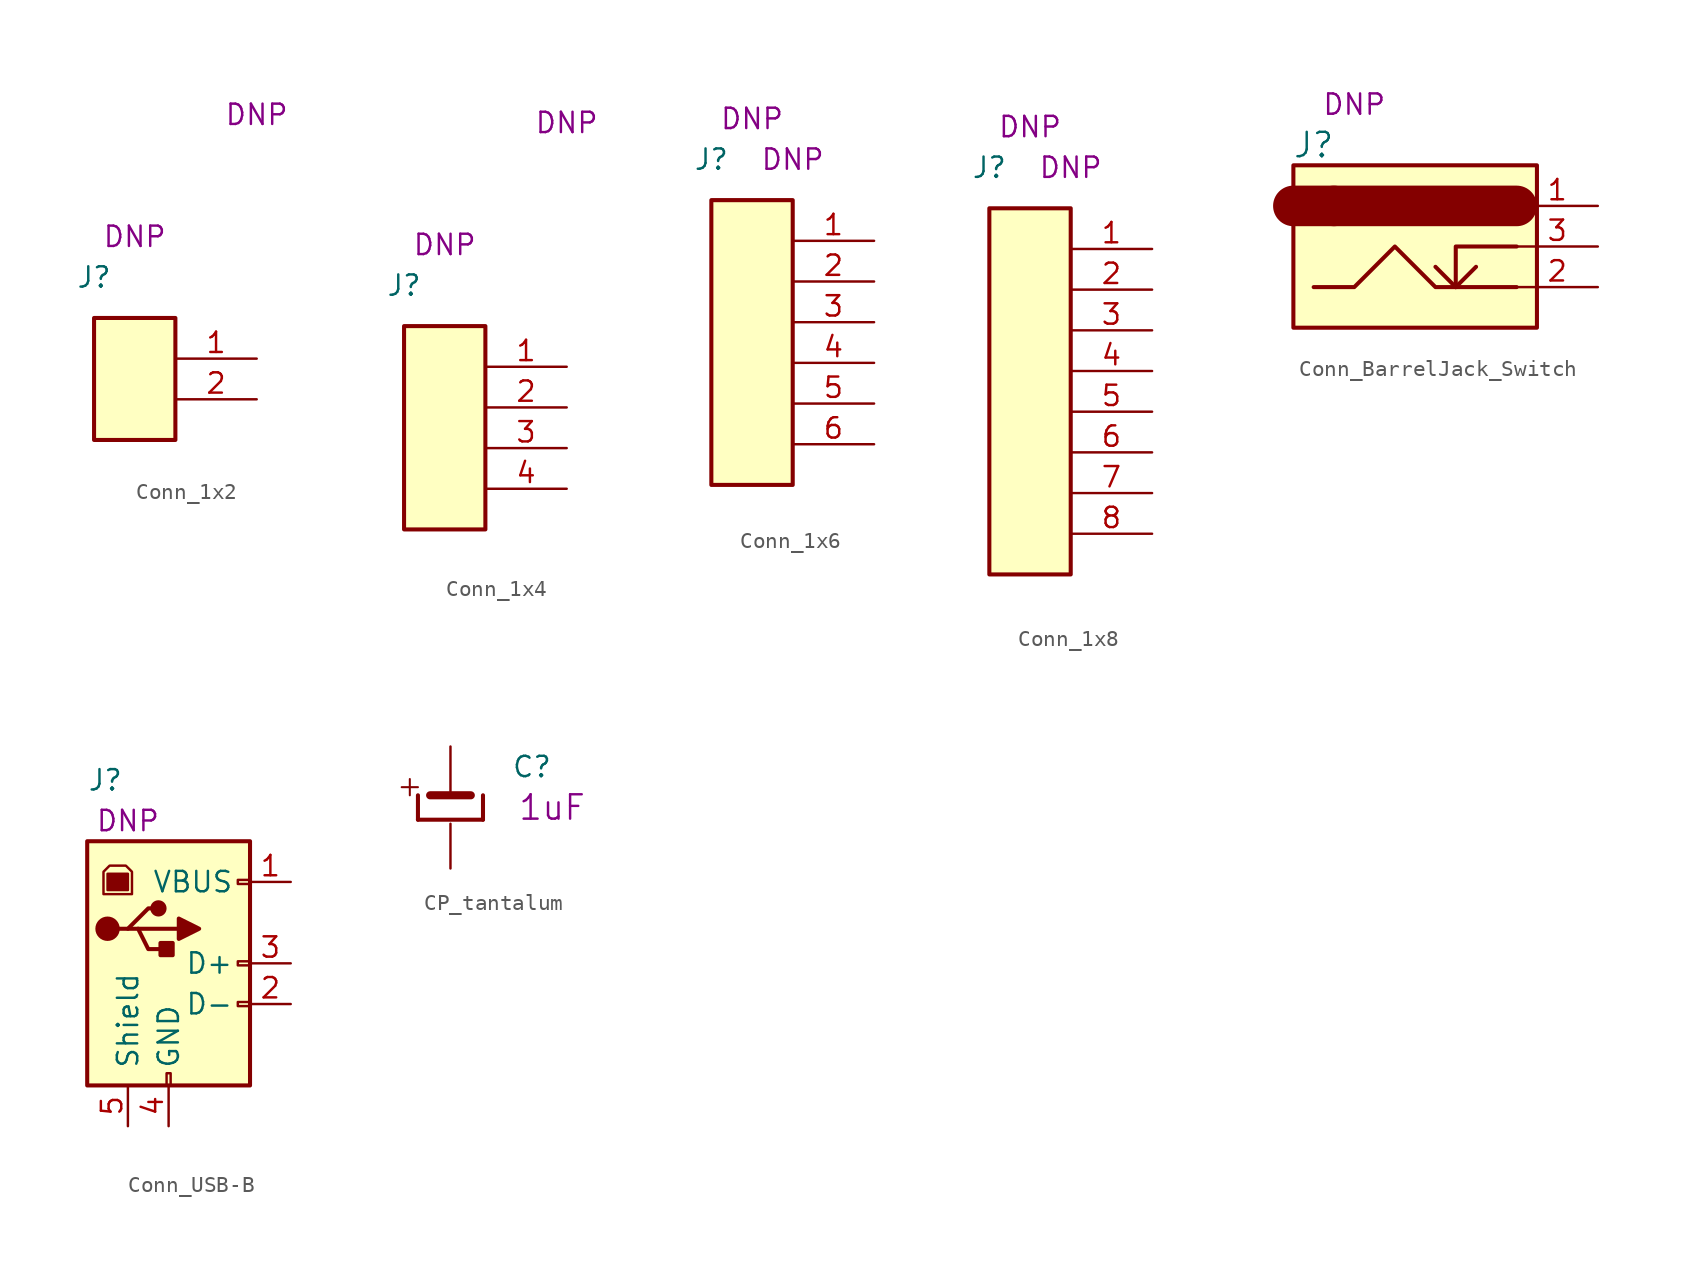
<source format=kicad_sym>
(kicad_symbol_lib
  (version 20211014)
  (generator kicad_symbol_editor)
  (symbol "Conn_1x2"
    (property "Reference" "J"
      (at -2.54 7.62 0)
      (effects (font (size 1.27 1.27))))
    (property "MPN" "DNP"
      (at 0 10.16 0)
      (effects (font (size 1.27 1.27))))
    (property "Manufacturer" "DNP"
      (at 7.62 17.78 0)
      (effects (font (size 1.27 1.27))))
    (symbol "Conn_1x2_0_1"
      (rectangle (start 2.54 5.08) (end -2.54 -2.54) (stroke (width 0.254) (type default) (color 0 0 0 0)) (fill (type background))))
    (symbol "Conn_1x2_1_1"
      (pin bidirectional line (at 7.62 2.54 180) (length 5.08) (name "~" (effects (font (size 1.27 1.27)))) (number "1" (effects (font (size 1.27 1.27)))))
      (pin bidirectional line (at 7.62 0 180) (length 5.08) (name "~" (effects (font (size 1.27 1.27)))) (number "2" (effects (font (size 1.27 1.27)))))))
  (symbol "Conn_1x4"
    (property "Reference" "J"
      (at -2.54 7.62 0)
      (effects (font (size 1.27 1.27))))
    (property "MPN" "DNP"
      (at 0 10.16 0)
      (effects (font (size 1.27 1.27))))
    (property "Manufacturer" "DNP"
      (at 7.62 17.78 0)
      (effects (font (size 1.27 1.27))))
    (symbol "Conn_1x4_0_1"
      (rectangle (start 2.54 5.08) (end -2.54 -7.62) (stroke (width 0.254) (type default) (color 0 0 0 0)) (fill (type background))))
    (symbol "Conn_1x4_1_1"
      (pin bidirectional line (at 7.62 2.54 180) (length 5.08) (name "~" (effects (font (size 1.27 1.27)))) (number "1" (effects (font (size 1.27 1.27)))))
      (pin bidirectional line (at 7.62 0 180) (length 5.08) (name "~" (effects (font (size 1.27 1.27)))) (number "2" (effects (font (size 1.27 1.27)))))
      (pin bidirectional line (at 7.62 -2.54 180) (length 5.08) (name "~" (effects (font (size 1.27 1.27)))) (number "3" (effects (font (size 1.27 1.27)))))
      (pin bidirectional line (at 7.62 -5.08 180) (length 5.08) (name "~" (effects (font (size 1.27 1.27)))) (number "4" (effects (font (size 1.27 1.27)))))))
  (symbol "Conn_1x6"
    (property "Reference" "J"
      (at -2.54 12.7 0)
      (effects (font (size 1.27 1.27))))
    (property "Manufacturer" "DNP"
      (at 0 15.24 0)
      (effects (font (size 1.27 1.27))))
    (property "MPN" "DNP"
      (at 2.54 12.7 0)
      (effects (font (size 1.27 1.27))))
    (symbol "Conn_1x6_0_1"
      (rectangle (start 2.54 10.16) (end -2.54 -7.62) (stroke (width 0.254) (type default) (color 0 0 0 0)) (fill (type background))))
    (symbol "Conn_1x6_1_1"
      (pin input line (at 7.62 7.62 180) (length 5.08) (name "~" (effects (font (size 1.27 1.27)))) (number "1" (effects (font (size 1.27 1.27)))))
      (pin input line (at 7.62 5.08 180) (length 5.08) (name "~" (effects (font (size 1.27 1.27)))) (number "2" (effects (font (size 1.27 1.27)))))
      (pin input line (at 7.62 2.54 180) (length 5.08) (name "~" (effects (font (size 1.27 1.27)))) (number "3" (effects (font (size 1.27 1.27)))))
      (pin input line (at 7.62 0 180) (length 5.08) (name "~" (effects (font (size 1.27 1.27)))) (number "4" (effects (font (size 1.27 1.27)))))
      (pin input line (at 7.62 -2.54 180) (length 5.08) (name "~" (effects (font (size 1.27 1.27)))) (number "5" (effects (font (size 1.27 1.27)))))
      (pin input line (at 7.62 -5.08 180) (length 5.08) (name "~" (effects (font (size 1.27 1.27)))) (number "6" (effects (font (size 1.27 1.27)))))))
  (symbol "Conn_1x8"
    (property "Reference" "J"
      (at -2.54 15.24 0)
      (effects (font (size 1.27 1.27))))
    (property "Manufacturer" "DNP"
      (at 0 17.78 0)
      (effects (font (size 1.27 1.27))))
    (property "MPN" "DNP"
      (at 2.54 15.24 0)
      (effects (font (size 1.27 1.27))))
    (symbol "Conn_1x8_0_1"
      (rectangle (start 2.54 12.7) (end -2.54 -10.16) (stroke (width 0.254) (type default) (color 0 0 0 0)) (fill (type background))))
    (symbol "Conn_1x8_1_1"
      (pin input line (at 7.62 10.16 180) (length 5.08) (name "~" (effects (font (size 1.27 1.27)))) (number "1" (effects (font (size 1.27 1.27)))))
      (pin input line (at 7.62 7.62 180) (length 5.08) (name "~" (effects (font (size 1.27 1.27)))) (number "2" (effects (font (size 1.27 1.27)))))
      (pin input line (at 7.62 5.08 180) (length 5.08) (name "~" (effects (font (size 1.27 1.27)))) (number "3" (effects (font (size 1.27 1.27)))))
      (pin input line (at 7.62 2.54 180) (length 5.08) (name "~" (effects (font (size 1.27 1.27)))) (number "4" (effects (font (size 1.27 1.27)))))
      (pin input line (at 7.62 0 180) (length 5.08) (name "~" (effects (font (size 1.27 1.27)))) (number "5" (effects (font (size 1.27 1.27)))))
      (pin input line (at 7.62 -2.54 180) (length 5.08) (name "~" (effects (font (size 1.27 1.27)))) (number "6" (effects (font (size 1.27 1.27)))))
      (pin input line (at 7.62 -5.08 180) (length 5.08) (name "~" (effects (font (size 1.27 1.27)))) (number "7" (effects (font (size 1.27 1.27)))))
      (pin input line (at 7.62 -7.62 180) (length 5.08) (name "~" (effects (font (size 1.27 1.27)))) (number "8" (effects (font (size 1.27 1.27)))))))
  (symbol "Conn_BarrelJack_Switch"
    (property "Reference" "J"
      (at -6.35 6.35 0)
      (effects (font (size 1.524 1.524))))
    (property "MPN" "DNP"
      (at -3.81 8.89 0)
      (effects (font (size 1.27 1.27))))
    (symbol "Conn_BarrelJack_Switch_0_1"
      (polyline (pts (xy -5.08 2.54) (xy -7.62 2.54)) (stroke (width 2.54) (type default) (color 0 0 0 0)) (fill (type none)))
      (polyline (pts (xy 1.27 -1.27) (xy 2.54 -2.54)) (stroke (width 0.254) (type default) (color 0 0 0 0)) (fill (type none)))
      (polyline (pts (xy 2.54 -2.54) (xy 3.81 -1.27)) (stroke (width 0.254) (type default) (color 0 0 0 0)) (fill (type none)))
      (polyline (pts (xy 6.35 2.54) (xy -5.08 2.54)) (stroke (width 2.54) (type default) (color 0 0 0 0)) (fill (type none)))
      (polyline (pts (xy 6.35 0) (xy 2.54 0) (xy 2.54 -2.54)) (stroke (width 0.254) (type default) (color 0 0 0 0)) (fill (type none)))
      (polyline (pts (xy 6.35 -2.54) (xy 1.27 -2.54) (xy -1.27 0) (xy -3.81 -2.54) (xy -6.35 -2.54)) (stroke (width 0.254) (type default) (color 0 0 0 0)) (fill (type none)))
      (rectangle (start 7.62 5.08) (end -7.62 -5.08) (stroke (width 0.254) (type default) (color 0 0 0 0)) (fill (type background))))
    (symbol "Conn_BarrelJack_Switch_1_1"
      (pin input line (at 11.43 2.54 180) (length 5.08) (name "~" (effects (font (size 1.27 1.27)))) (number "1" (effects (font (size 1.27 1.27)))))
      (pin input line (at 11.43 -2.54 180) (length 5.08) (name "~" (effects (font (size 1.27 1.27)))) (number "2" (effects (font (size 1.27 1.27)))))
      (pin input line (at 11.43 0 180) (length 5.08) (name "~" (effects (font (size 1.27 1.27)))) (number "3" (effects (font (size 1.27 1.27)))))))
  (symbol "Conn_USB-B"
    (pin_names
      (offset 1.016))
    (property "Reference" "J"
      (at -5.08 11.43 0)
      (effects (font (size 1.27 1.27)) (justify left)))
    (property "MPN" "DNP"
      (at -2.54 8.89 0)
      (effects (font (size 1.27 1.27))))
    (symbol "Conn_USB-B_0_1"
      (rectangle (start -5.08 -7.62) (end 5.08 7.62) (stroke (width 0.254) (type default) (color 0 0 0 0)) (fill (type background)))
      (circle (center -3.81 2.159) (radius 0.635) (stroke (width 0.254) (type default) (color 0 0 0 0)) (fill (type outline)))
      (rectangle (start -3.81 5.588) (end -2.54 4.572) (stroke (width 0) (type default) (color 0 0 0 0)) (fill (type outline)))
      (circle (center -0.635 3.429) (radius 0.381) (stroke (width 0.254) (type default) (color 0 0 0 0)) (fill (type outline)))
      (rectangle (start -0.127 -7.62) (end 0.127 -6.858) (stroke (width 0) (type default) (color 0 0 0 0)) (fill (type none)))
      (polyline (pts (xy -1.905 2.159) (xy 0.635 2.159)) (stroke (width 0.254) (type default) (color 0 0 0 0)) (fill (type none)))
      (polyline (pts (xy -3.175 2.159) (xy -2.54 2.159) (xy -1.27 3.429) (xy -0.635 3.429)) (stroke (width 0.254) (type default) (color 0 0 0 0)) (fill (type none)))
      (polyline (pts (xy -2.54 2.159) (xy -1.905 2.159) (xy -1.27 0.889) (xy 0 0.889)) (stroke (width 0.254) (type default) (color 0 0 0 0)) (fill (type none)))
      (polyline (pts (xy 0.635 2.794) (xy 0.635 1.524) (xy 1.905 2.159) (xy 0.635 2.794)) (stroke (width 0.254) (type default) (color 0 0 0 0)) (fill (type outline)))
      (polyline (pts (xy -4.064 4.318) (xy -2.286 4.318) (xy -2.286 5.715) (xy -2.667 6.096) (xy -3.683 6.096) (xy -4.064 5.715) (xy -4.064 4.318)) (stroke (width 0) (type default) (color 0 0 0 0)) (fill (type none)))
      (rectangle (start 0.254 1.27) (end -0.508 0.508) (stroke (width 0.254) (type default) (color 0 0 0 0)) (fill (type outline)))
      (rectangle (start 5.08 -2.667) (end 4.318 -2.413) (stroke (width 0) (type default) (color 0 0 0 0)) (fill (type none)))
      (rectangle (start 5.08 -0.127) (end 4.318 0.127) (stroke (width 0) (type default) (color 0 0 0 0)) (fill (type none)))
      (rectangle (start 5.08 4.953) (end 4.318 5.207) (stroke (width 0) (type default) (color 0 0 0 0)) (fill (type none))))
    (symbol "Conn_USB-B_1_1"
      (pin power_out line (at 7.62 5.08 180) (length 2.54) (name "VBUS" (effects (font (size 1.27 1.27)))) (number "1" (effects (font (size 1.27 1.27)))))
      (pin passive line (at 7.62 -2.54 180) (length 2.54) (name "D-" (effects (font (size 1.27 1.27)))) (number "2" (effects (font (size 1.27 1.27)))))
      (pin passive line (at 7.62 0 180) (length 2.54) (name "D+" (effects (font (size 1.27 1.27)))) (number "3" (effects (font (size 1.27 1.27)))))
      (pin power_out line (at 0 -10.16 90) (length 2.54) (name "GND" (effects (font (size 1.27 1.27)))) (number "4" (effects (font (size 1.27 1.27)))))
      (pin passive line (at -2.54 -10.16 90) (length 2.54) (name "Shield" (effects (font (size 1.27 1.27)))) (number "5" (effects (font (size 1.27 1.27)))))))
  (symbol "CP_tantalum"
    (pin_numbers hide)
    (property "Reference" "C"
      (at 3.81 2.54 0)
      (effects (font (size 1.27 1.27)) (justify left)))
    (property "Datasheet" ""
      (at 3.81 2.54 0)
      (effects (font (size 1.27 1.27))))
    (property "Capacitance" "1uF"
      (at 6.35 0 0)
      (effects (font (size 1.524 1.524))))
    (symbol "CP_tantalum_0_1"
      (polyline (pts (xy -3.048 1.27) (xy -2.032 1.27)) (stroke (width 0.127) (type default) (color 0 0 0 0)) (fill (type none)))
      (polyline (pts (xy -2.54 1.778) (xy -2.54 0.762)) (stroke (width 0.127) (type default) (color 0 0 0 0)) (fill (type none)))
      (polyline (pts (xy -2.032 -0.762) (xy -2.032 0.762)) (stroke (width 0.254) (type default) (color 0 0 0 0)) (fill (type none)))
      (polyline (pts (xy -2.032 -0.762) (xy 2.032 -0.762)) (stroke (width 0.254) (type default) (color 0 0 0 0)) (fill (type none)))
      (polyline (pts (xy -1.27 0.762) (xy 1.27 0.762)) (stroke (width 0.508) (type default) (color 0 0 0 0)) (fill (type none)))
      (polyline (pts (xy 2.032 -0.762) (xy 2.032 0.762)) (stroke (width 0.254) (type default) (color 0 0 0 0)) (fill (type none))))
    (symbol "CP_tantalum_1_1"
      (pin passive line (at 0 3.81 270) (length 2.794) (name "~" (effects (font (size 1.27 1.27)))) (number "1" (effects (font (size 1.27 1.27)))))
      (pin passive line (at 0 -3.81 90) (length 2.794) (name "~" (effects (font (size 1.27 1.27)))) (number "2" (effects (font (size 1.27 1.27))))))))
</source>
